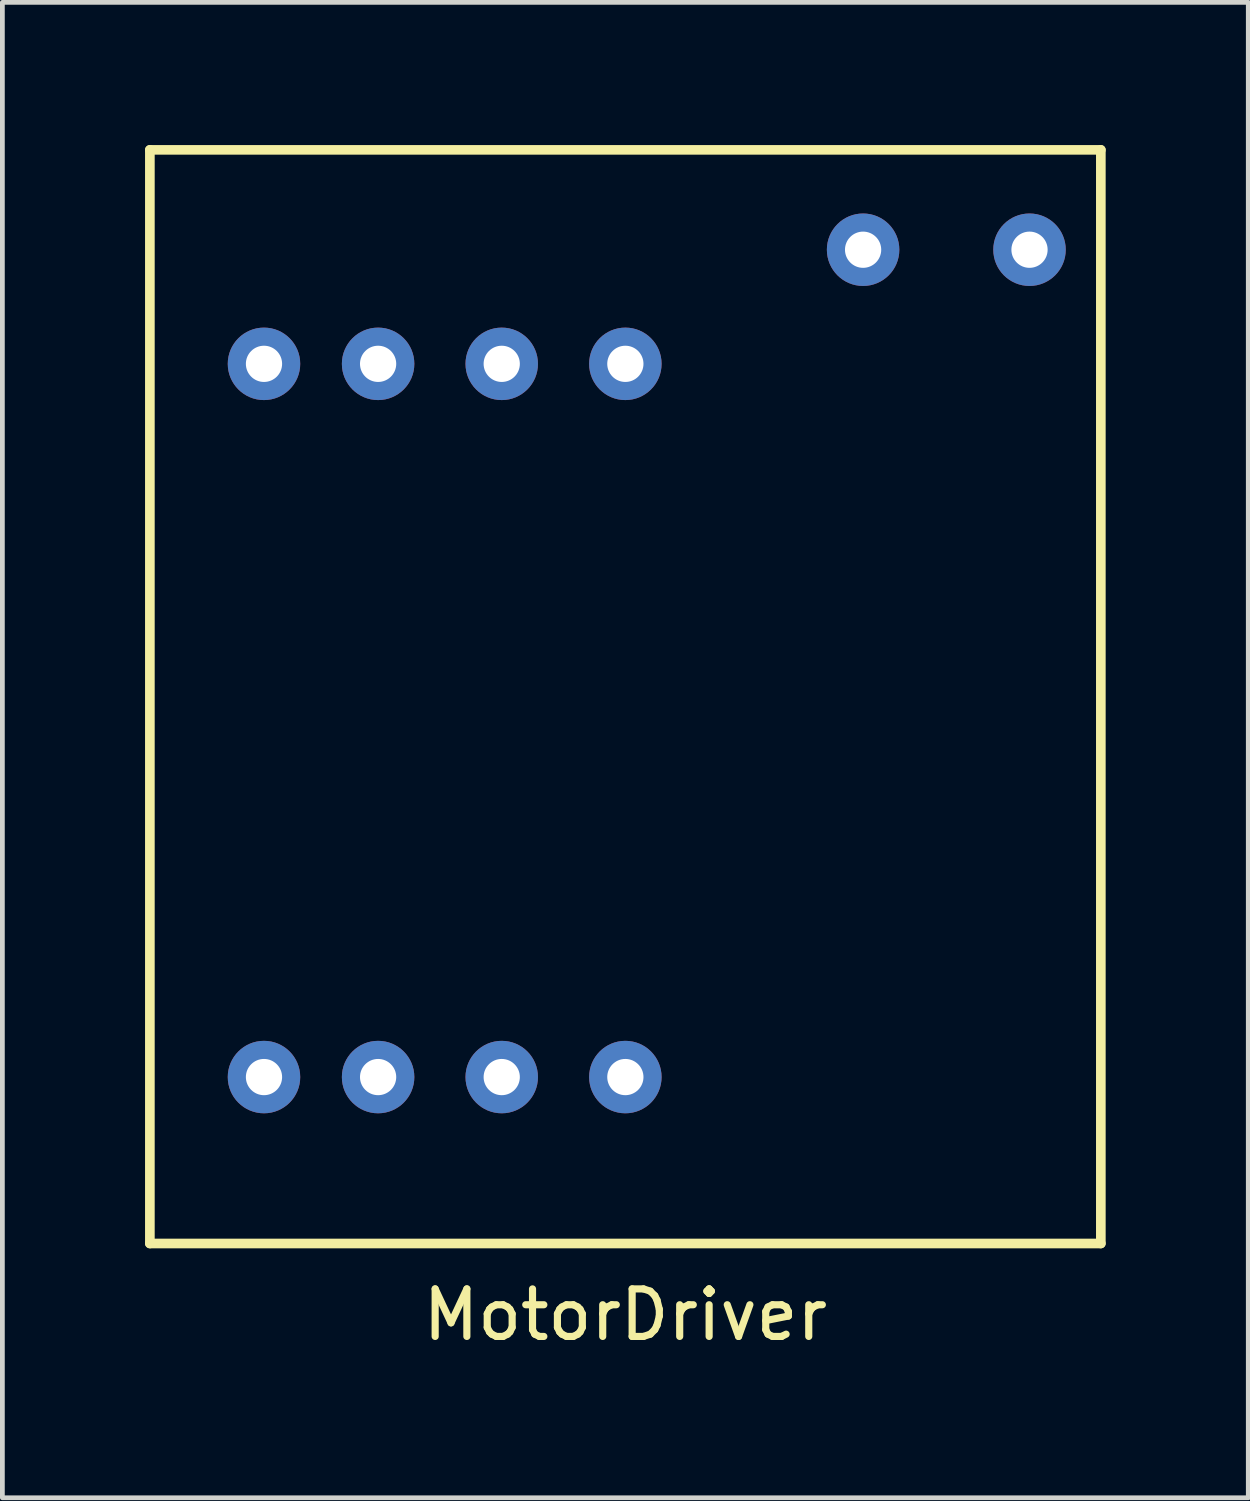
<source format=kicad_pcb>
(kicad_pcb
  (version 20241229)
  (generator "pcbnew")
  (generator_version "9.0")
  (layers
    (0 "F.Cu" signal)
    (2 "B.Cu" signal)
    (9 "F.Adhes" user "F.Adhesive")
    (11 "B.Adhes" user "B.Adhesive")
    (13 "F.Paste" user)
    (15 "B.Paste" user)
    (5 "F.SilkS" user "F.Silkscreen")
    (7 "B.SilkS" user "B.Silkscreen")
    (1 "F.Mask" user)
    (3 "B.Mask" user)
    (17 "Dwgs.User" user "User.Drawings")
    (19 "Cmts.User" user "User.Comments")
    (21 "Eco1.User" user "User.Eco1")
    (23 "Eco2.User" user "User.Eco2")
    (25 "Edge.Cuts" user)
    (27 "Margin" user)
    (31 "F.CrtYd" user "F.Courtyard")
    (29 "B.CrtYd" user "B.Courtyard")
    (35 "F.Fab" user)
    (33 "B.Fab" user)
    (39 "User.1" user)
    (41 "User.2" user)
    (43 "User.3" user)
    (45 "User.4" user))
  (footprint "MotorDriver"
    (layer "F.Cu")
    (at 10.102 11.602)
    (property "Reference" "MotorDriver" (at 0 13 0) (layer "F.SilkS") (effects (font (size 1 1) (thickness 0.15))))
    (attr through_hole)
    (fp_line (start -10 -11.5) (end -10 11.5) (stroke (width 0.203) (type solid)) (layer "F.SilkS"))
    (fp_line (start -10 -11.5) (end 10 -11.5) (stroke (width 0.203) (type solid)) (layer "F.SilkS"))
    (fp_line (start -10 11.5) (end 10 11.5) (stroke (width 0.203) (type solid)) (layer "F.SilkS"))
    (fp_line (start 10 -11.5) (end 10 11.5) (stroke (width 0.203) (type solid)) (layer "F.SilkS"))
    (pad "1" thru_hole circle (at 8.5 -9.4) (size 1.524 1.524) (drill 0.762) (layers "*.Cu" "*.Mask"))
    (pad "2" thru_hole circle (at 5 -9.4) (size 1.524 1.524) (drill 0.762) (layers "*.Cu" "*.Mask"))
    (pad "3" thru_hole circle (at 0 -7) (size 1.524 1.524) (drill 0.762) (layers "*.Cu" "*.Mask"))
    (pad "4" thru_hole circle (at -2.6 -7) (size 1.524 1.524) (drill 0.762) (layers "*.Cu" "*.Mask"))
    (pad "5" thru_hole circle (at -5.2 -7) (size 1.524 1.524) (drill 0.762) (layers "*.Cu" "*.Mask"))
    (pad "6" thru_hole circle (at -7.6 -7) (size 1.524 1.524) (drill 0.762) (layers "*.Cu" "*.Mask"))
    (pad "7" thru_hole circle (at -7.6 8) (size 1.524 1.524) (drill 0.762) (layers "*.Cu" "*.Mask"))
    (pad "8" thru_hole circle (at -5.2 8) (size 1.524 1.524) (drill 0.762) (layers "*.Cu" "*.Mask"))
    (pad "9" thru_hole circle (at -2.6 8) (size 1.524 1.524) (drill 0.762) (layers "*.Cu" "*.Mask"))
    (pad "10" thru_hole circle (at 0 8) (size 1.524 1.524) (drill 0.762) (layers "*.Cu" "*.Mask")))
  (gr_rect
    (start -3 -3)
    (end 23.203 28.45)
    (stroke (width 0.1) (type default))
    (fill no)
    (layer "Edge.Cuts")))
</source>
